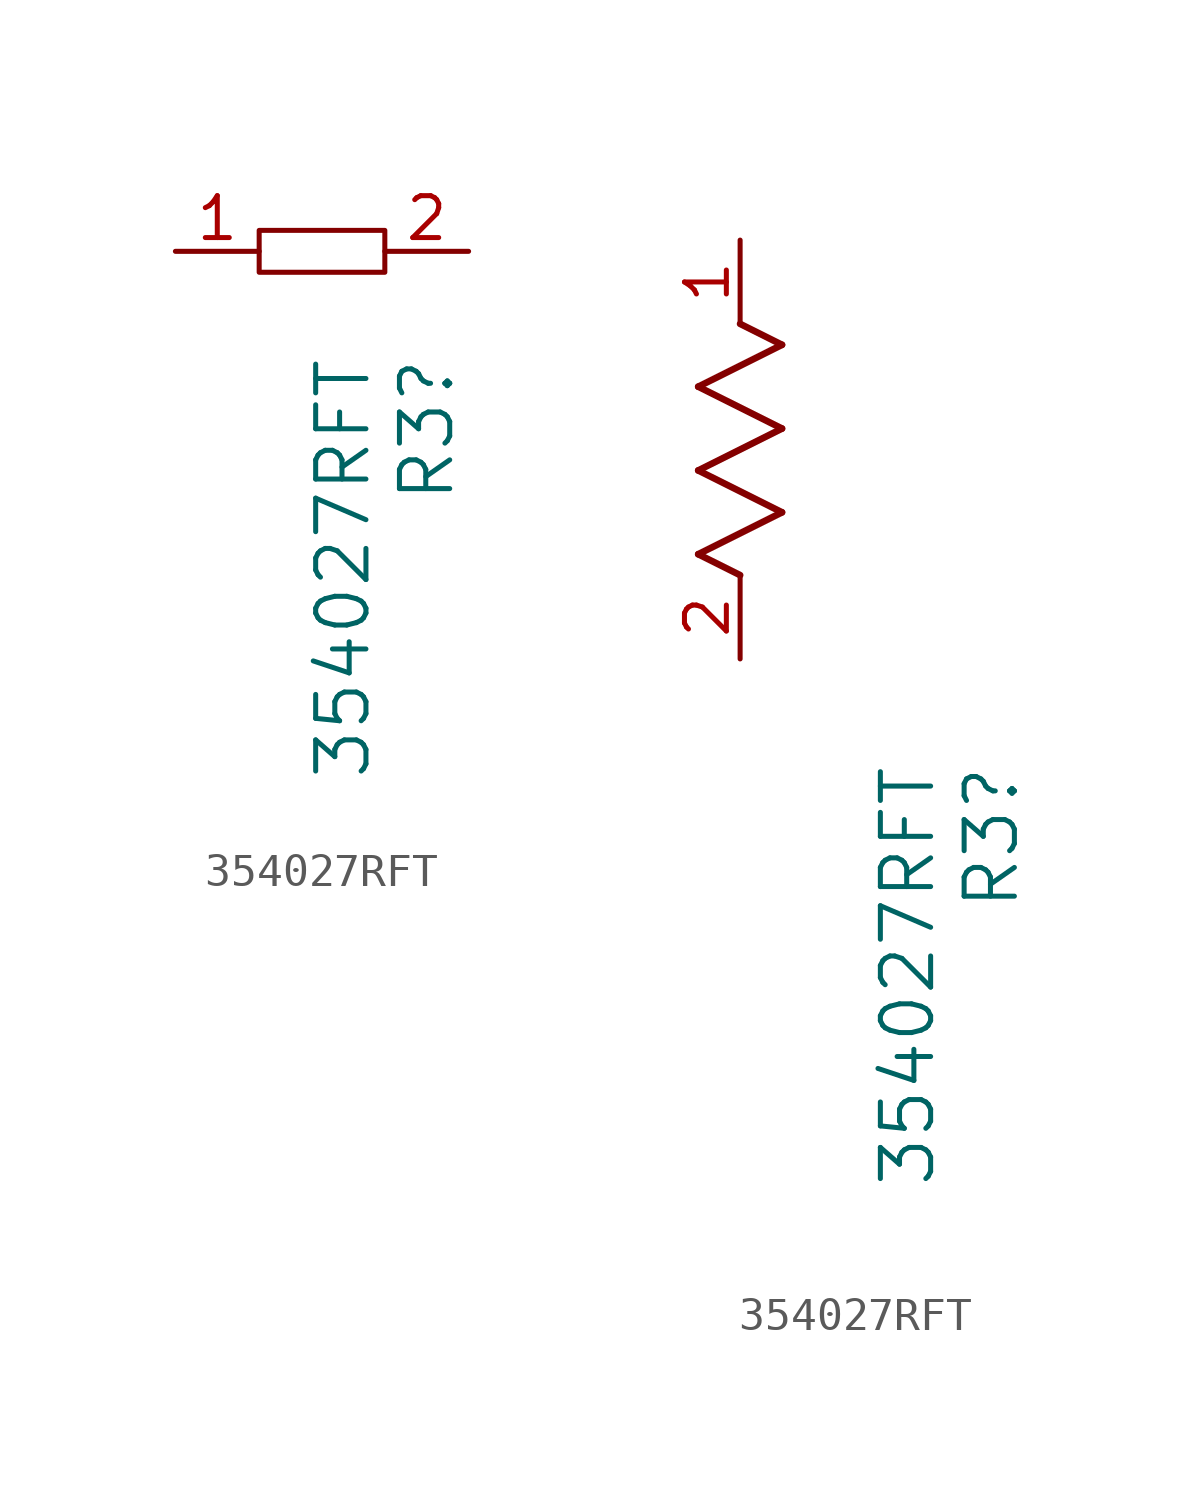
<source format=kicad_sym>
(kicad_symbol_lib
  (version 20220914)
  (generator kicad_symbol_editor)
  (symbol "354027RFT"
    (pin_names
      (offset 0.254))
    (property "Reference" "R3"
      (at 3.81 -3.175 90)
      (effects (font (size 1.524 1.524)) (justify right)))
    (property "Value" "354027RFT"
      (at 1.27 -3.175 90)
      (effects (font (size 1.524 1.524)) (justify right)))
    (property "ki_locked" ""
      (at 0 0 0)
      (effects (font (size 1.27 1.27))))
    (symbol "354027RFT_1_1"
      (rectangle (start -1.27 0.635) (end 2.54 -0.635) (stroke (width 0) (type default)) (fill (type none)))
      (pin unspecified line (at -3.81 0 0) (length 2.54) (name "" (effects (font (size 1.27 1.27)))) (number "1" (effects (font (size 1.27 1.27)))))
      (pin unspecified line (at 5.08 0 180) (length 2.54) (name "" (effects (font (size 1.27 1.27)))) (number "2" (effects (font (size 1.27 1.27))))))
    (symbol "354027RFT_1_2"
      (polyline (pts (xy -5.08 3.175) (xy -2.54 4.445)) (stroke (width 0.203) (type default)) (fill (type none)))
      (polyline (pts (xy -5.08 5.715) (xy -2.54 6.985)) (stroke (width 0.203) (type default)) (fill (type none)))
      (polyline (pts (xy -5.08 8.255) (xy -2.54 9.525)) (stroke (width 0.203) (type default)) (fill (type none)))
      (polyline (pts (xy -3.81 2.54) (xy -5.08 3.175)) (stroke (width 0.203) (type default)) (fill (type none)))
      (polyline (pts (xy -2.54 4.445) (xy -5.08 5.715)) (stroke (width 0.203) (type default)) (fill (type none)))
      (polyline (pts (xy -2.54 6.985) (xy -5.08 8.255)) (stroke (width 0.203) (type default)) (fill (type none)))
      (polyline (pts (xy -2.54 9.525) (xy -3.81 10.16)) (stroke (width 0.203) (type default)) (fill (type none)))
      (pin unspecified line (at -3.81 12.7 270) (length 2.54) (name "" (effects (font (size 1.27 1.27)))) (number "1" (effects (font (size 1.27 1.27)))))
      (pin unspecified line (at -3.81 0 90) (length 2.54) (name "" (effects (font (size 1.27 1.27)))) (number "2" (effects (font (size 1.27 1.27))))))))
</source>
